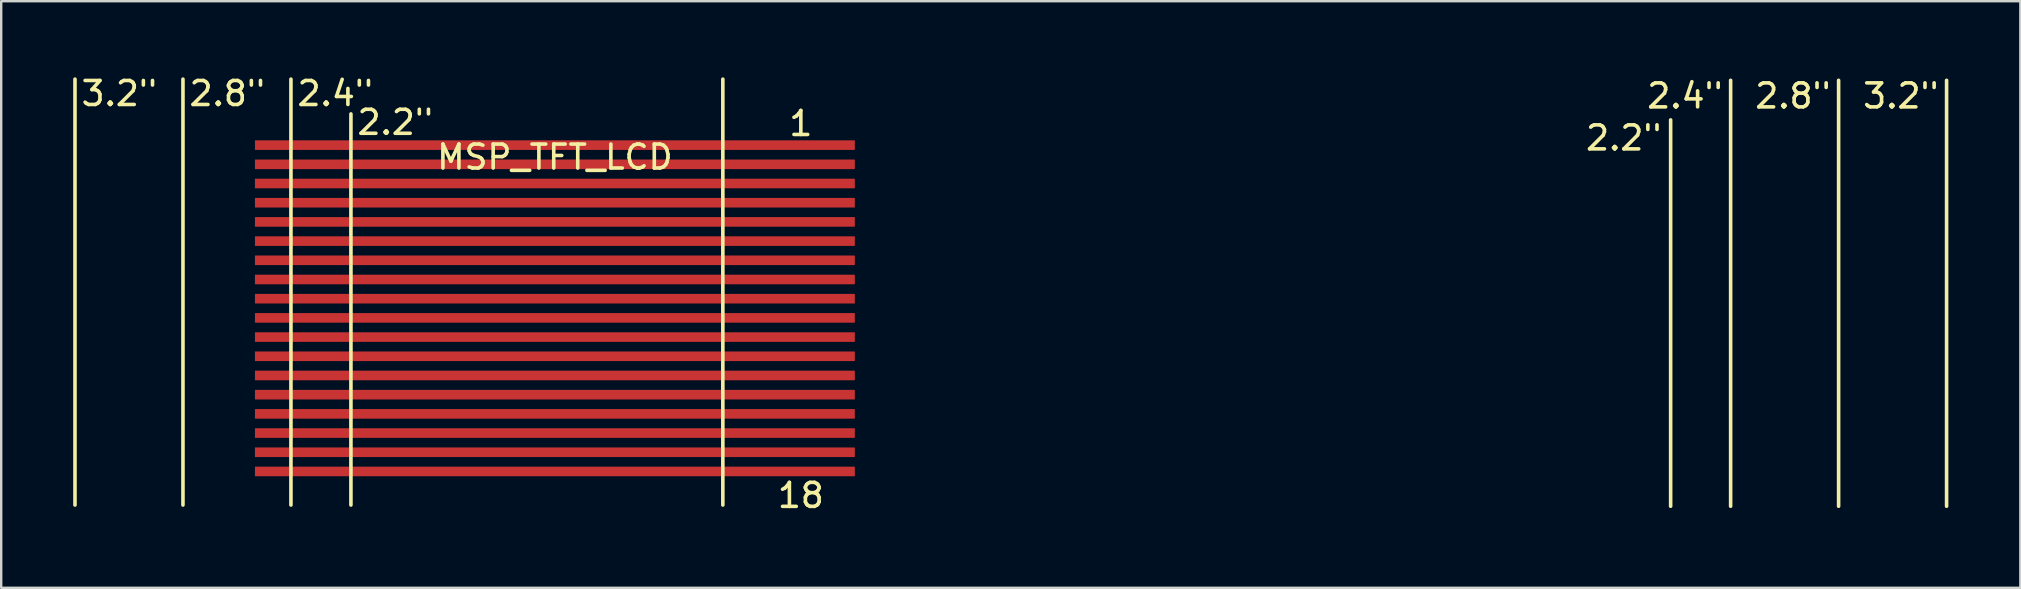
<source format=kicad_pcb>
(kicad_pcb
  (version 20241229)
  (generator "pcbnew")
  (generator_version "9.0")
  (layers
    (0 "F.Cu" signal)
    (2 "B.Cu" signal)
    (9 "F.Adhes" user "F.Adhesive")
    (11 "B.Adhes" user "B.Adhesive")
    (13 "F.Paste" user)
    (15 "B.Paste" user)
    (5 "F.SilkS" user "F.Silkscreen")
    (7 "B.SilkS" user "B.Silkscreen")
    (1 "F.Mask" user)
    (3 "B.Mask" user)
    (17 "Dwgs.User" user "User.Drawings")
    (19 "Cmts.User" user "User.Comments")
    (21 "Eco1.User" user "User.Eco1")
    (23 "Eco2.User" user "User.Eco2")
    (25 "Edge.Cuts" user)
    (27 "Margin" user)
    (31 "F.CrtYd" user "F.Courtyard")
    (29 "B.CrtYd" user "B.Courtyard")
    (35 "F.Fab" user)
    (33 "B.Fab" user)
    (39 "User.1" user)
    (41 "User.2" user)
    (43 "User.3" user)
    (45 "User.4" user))
  (footprint "MSP_TFT_LCD"
    (layer "F.Cu")
    (at 20.075 2.998)
    (property "Reference" "MSP_TFT_LCD" (at 0 0.5 0) (layer "F.SilkS") (effects (font (size 1 1) (thickness 0.15))))
    (attr through_hole)
    (fp_line (start -20 15) (end -20 -2.75) (stroke (width 0.15) (type solid)) (layer "F.SilkS"))
    (fp_line (start -15.5 15) (end -15.5 -2.75) (stroke (width 0.15) (type solid)) (layer "F.SilkS"))
    (fp_line (start -11 15) (end -11 -2.75) (stroke (width 0.15) (type solid)) (layer "F.SilkS"))
    (fp_line (start -8.5 15) (end -8.5 -1.3) (stroke (width 0.15) (type solid)) (layer "F.SilkS"))
    (fp_line (start 7 15) (end 7 -2.75) (stroke (width 0.15) (type solid)) (layer "F.SilkS"))
    (fp_line (start 46.5 15.05) (end 46.5 -1.05) (stroke (width 0.15) (type solid)) (layer "F.SilkS"))
    (fp_line (start 49 15.05) (end 49 -2.7) (stroke (width 0.15) (type solid)) (layer "F.SilkS"))
    (fp_line (start 53.5 15.05) (end 53.5 -2.7) (stroke (width 0.15) (type solid)) (layer "F.SilkS"))
    (fp_line (start 58 15.05) (end 58 -2.7) (stroke (width 0.15) (type solid)) (layer "F.SilkS"))
    (fp_text user "2.8\"" (at 51.6 -2.05 0) (layer "F.SilkS") (effects (font (size 1 1) (thickness 0.15))))
    (fp_text user "18" (at 10.25 14.6 0) (layer "F.SilkS") (effects (font (size 1 1) (thickness 0.15))))
    (fp_text user "2.8\"" (at -13.65 -2.15 0) (layer "F.SilkS") (effects (font (size 1 1) (thickness 0.15))))
    (fp_text user "2.4\"" (at 47.1 -2.05 0) (layer "F.SilkS") (effects (font (size 1 1) (thickness 0.15))))
    (fp_text user "1" (at 10.25 -0.9 0) (layer "F.SilkS") (effects (font (size 1 1) (thickness 0.15))))
    (fp_text user "3.2\"" (at -18.15 -2.15 0) (layer "F.SilkS") (effects (font (size 1 1) (thickness 0.15))))
    (fp_text user "2.2\"" (at 44.55 -0.3 0) (layer "F.SilkS") (effects (font (size 1 1) (thickness 0.15))))
    (fp_text user "3.2\"" (at 56.1 -2.05 0) (layer "F.SilkS") (effects (font (size 1 1) (thickness 0.15))))
    (fp_text user "2.2\"" (at -6.65 -0.95 0) (layer "F.SilkS") (effects (font (size 1 1) (thickness 0.15))))
    (fp_text user "2.4\"" (at -9.15 -2.15 0) (layer "F.SilkS") (effects (font (size 1 1) (thickness 0.15))))
    (pad "1" smd rect (at 0 0) (size 25 0.4) (layers "F.Cu" "F.Mask" "F.Paste"))
    (pad "2" smd rect (at 0 0.8) (size 25 0.4) (layers "F.Cu" "F.Mask" "F.Paste"))
    (pad "3" smd rect (at 0 1.6) (size 25 0.4) (layers "F.Cu" "F.Mask" "F.Paste"))
    (pad "4" smd rect (at 0 2.4) (size 25 0.4) (layers "F.Cu" "F.Mask" "F.Paste"))
    (pad "5" smd rect (at 0 3.2) (size 25 0.4) (layers "F.Cu" "F.Mask" "F.Paste"))
    (pad "6" smd rect (at 0 4) (size 25 0.4) (layers "F.Cu" "F.Mask" "F.Paste"))
    (pad "7" smd rect (at 0 4.8) (size 25 0.4) (layers "F.Cu" "F.Mask" "F.Paste"))
    (pad "8" smd rect (at 0 5.6) (size 25 0.4) (layers "F.Cu" "F.Mask" "F.Paste"))
    (pad "9" smd rect (at 0 6.4) (size 25 0.4) (layers "F.Cu" "F.Mask" "F.Paste"))
    (pad "10" smd rect (at 0 7.2) (size 25 0.4) (layers "F.Cu" "F.Mask" "F.Paste"))
    (pad "11" smd rect (at 0 8) (size 25 0.4) (layers "F.Cu" "F.Mask" "F.Paste"))
    (pad "12" smd rect (at 0 8.8) (size 25 0.4) (layers "F.Cu" "F.Mask" "F.Paste"))
    (pad "13" smd rect (at 0 9.6) (size 25 0.4) (layers "F.Cu" "F.Mask" "F.Paste"))
    (pad "14" smd rect (at 0 10.4) (size 25 0.4) (layers "F.Cu" "F.Mask" "F.Paste"))
    (pad "15" smd rect (at 0 11.2) (size 25 0.4) (layers "F.Cu" "F.Mask" "F.Paste"))
    (pad "16" smd rect (at 0 12) (size 25 0.4) (layers "F.Cu" "F.Mask" "F.Paste"))
    (pad "17" smd rect (at 0 12.8) (size 25 0.4) (layers "F.Cu" "F.Mask" "F.Paste"))
    (pad "18" smd rect (at 0 13.6) (size 25 0.4) (layers "F.Cu" "F.Mask" "F.Paste")))
  (gr_rect
    (start -3 -3)
    (end 81.15 21.447)
    (stroke (width 0.1) (type default))
    (fill no)
    (layer "Edge.Cuts")))
</source>
